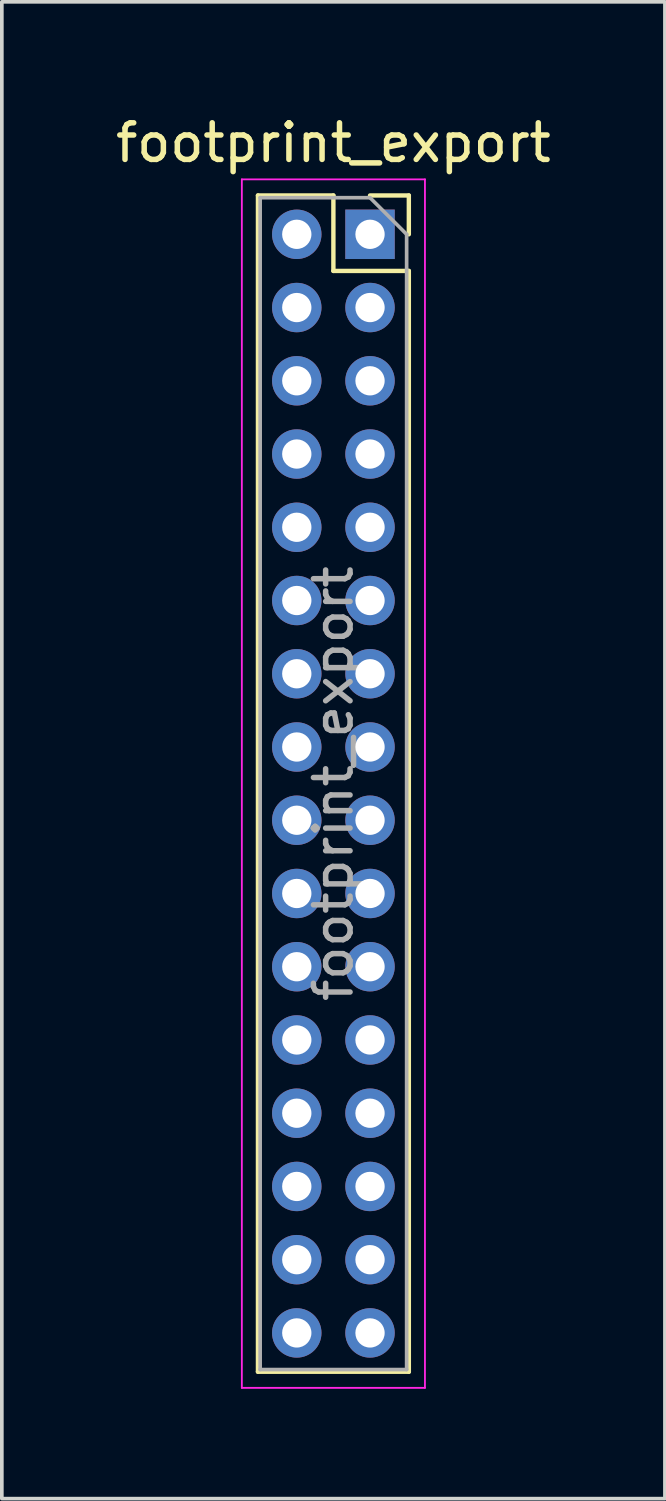
<source format=kicad_pcb>
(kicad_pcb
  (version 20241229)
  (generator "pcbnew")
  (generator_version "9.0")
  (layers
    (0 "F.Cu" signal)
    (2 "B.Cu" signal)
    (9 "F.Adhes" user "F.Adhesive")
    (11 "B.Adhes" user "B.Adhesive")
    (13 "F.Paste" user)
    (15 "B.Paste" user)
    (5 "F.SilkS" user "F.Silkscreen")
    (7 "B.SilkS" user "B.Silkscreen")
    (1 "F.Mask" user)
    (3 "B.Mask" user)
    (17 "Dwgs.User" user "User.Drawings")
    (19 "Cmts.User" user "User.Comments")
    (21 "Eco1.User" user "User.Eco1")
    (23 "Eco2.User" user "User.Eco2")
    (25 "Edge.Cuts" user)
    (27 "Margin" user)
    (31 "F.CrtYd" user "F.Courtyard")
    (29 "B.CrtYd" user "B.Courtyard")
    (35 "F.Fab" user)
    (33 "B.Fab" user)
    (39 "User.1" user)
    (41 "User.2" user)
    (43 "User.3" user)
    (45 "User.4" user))
  (footprint "footprint_export"
    (layer "F.Cu")
    (at 7.054 3.348)
    (property "Reference" "footprint_export" (at -1 -2.5 0) (layer "F.SilkS") (effects (font (size 1 1) (thickness 0.15))))
    (attr through_hole)
    (fp_line (start -3.06 -1.06) (end -3.06 31.06) (stroke (width 0.12) (type solid)) (layer "F.SilkS"))
    (fp_line (start -3.06 -1.06) (end -1 -1.06) (stroke (width 0.12) (type solid)) (layer "F.SilkS"))
    (fp_line (start -3.06 31.06) (end 1.06 31.06) (stroke (width 0.12) (type solid)) (layer "F.SilkS"))
    (fp_line (start -1 -1.06) (end -1 1) (stroke (width 0.12) (type solid)) (layer "F.SilkS"))
    (fp_line (start -1 1) (end 1.06 1) (stroke (width 0.12) (type solid)) (layer "F.SilkS"))
    (fp_line (start 0 -1.06) (end 1.06 -1.06) (stroke (width 0.12) (type solid)) (layer "F.SilkS"))
    (fp_line (start 1.06 -1.06) (end 1.06 0) (stroke (width 0.12) (type solid)) (layer "F.SilkS"))
    (fp_line (start 1.06 1) (end 1.06 31.06) (stroke (width 0.12) (type solid)) (layer "F.SilkS"))
    (fp_line (start -3.5 -1.5) (end 1.5 -1.5) (stroke (width 0.05) (type solid)) (layer "F.CrtYd"))
    (fp_line (start -3.5 31.5) (end -3.5 -1.5) (stroke (width 0.05) (type solid)) (layer "F.CrtYd"))
    (fp_line (start 1.5 -1.5) (end 1.5 31.5) (stroke (width 0.05) (type solid)) (layer "F.CrtYd"))
    (fp_line (start 1.5 31.5) (end -3.5 31.5) (stroke (width 0.05) (type solid)) (layer "F.CrtYd"))
    (fp_line (start -3 -1) (end 0 -1) (stroke (width 0.1) (type solid)) (layer "F.Fab"))
    (fp_line (start -3 31) (end -3 -1) (stroke (width 0.1) (type solid)) (layer "F.Fab"))
    (fp_line (start 0 -1) (end 1 0) (stroke (width 0.1) (type solid)) (layer "F.Fab"))
    (fp_line (start 1 0) (end 1 31) (stroke (width 0.1) (type solid)) (layer "F.Fab"))
    (fp_line (start 1 31) (end -3 31) (stroke (width 0.1) (type solid)) (layer "F.Fab"))
    (fp_text user "${REFERENCE}" (at -1 15 90) (layer "F.Fab") (effects (font (size 1 1) (thickness 0.15))))
    (pad "1" thru_hole rect (at 0 0) (size 1.35 1.35) (drill 0.8) (layers "*.Cu" "*.Mask"))
    (pad "2" thru_hole oval (at -2 0) (size 1.35 1.35) (drill 0.8) (layers "*.Cu" "*.Mask"))
    (pad "3" thru_hole oval (at 0 2) (size 1.35 1.35) (drill 0.8) (layers "*.Cu" "*.Mask"))
    (pad "4" thru_hole oval (at -2 2) (size 1.35 1.35) (drill 0.8) (layers "*.Cu" "*.Mask"))
    (pad "5" thru_hole oval (at 0 4) (size 1.35 1.35) (drill 0.8) (layers "*.Cu" "*.Mask"))
    (pad "6" thru_hole oval (at -2 4) (size 1.35 1.35) (drill 0.8) (layers "*.Cu" "*.Mask"))
    (pad "7" thru_hole oval (at 0 6) (size 1.35 1.35) (drill 0.8) (layers "*.Cu" "*.Mask"))
    (pad "8" thru_hole oval (at -2 6) (size 1.35 1.35) (drill 0.8) (layers "*.Cu" "*.Mask"))
    (pad "9" thru_hole oval (at 0 8) (size 1.35 1.35) (drill 0.8) (layers "*.Cu" "*.Mask"))
    (pad "10" thru_hole oval (at -2 8) (size 1.35 1.35) (drill 0.8) (layers "*.Cu" "*.Mask"))
    (pad "11" thru_hole oval (at 0 10) (size 1.35 1.35) (drill 0.8) (layers "*.Cu" "*.Mask"))
    (pad "12" thru_hole oval (at -2 10) (size 1.35 1.35) (drill 0.8) (layers "*.Cu" "*.Mask"))
    (pad "13" thru_hole oval (at 0 12) (size 1.35 1.35) (drill 0.8) (layers "*.Cu" "*.Mask"))
    (pad "14" thru_hole oval (at -2 12) (size 1.35 1.35) (drill 0.8) (layers "*.Cu" "*.Mask"))
    (pad "15" thru_hole oval (at 0 14) (size 1.35 1.35) (drill 0.8) (layers "*.Cu" "*.Mask"))
    (pad "16" thru_hole oval (at -2 14) (size 1.35 1.35) (drill 0.8) (layers "*.Cu" "*.Mask"))
    (pad "17" thru_hole oval (at 0 16) (size 1.35 1.35) (drill 0.8) (layers "*.Cu" "*.Mask"))
    (pad "18" thru_hole oval (at -2 16) (size 1.35 1.35) (drill 0.8) (layers "*.Cu" "*.Mask"))
    (pad "19" thru_hole oval (at 0 18) (size 1.35 1.35) (drill 0.8) (layers "*.Cu" "*.Mask"))
    (pad "20" thru_hole oval (at -2 18) (size 1.35 1.35) (drill 0.8) (layers "*.Cu" "*.Mask"))
    (pad "21" thru_hole oval (at 0 20) (size 1.35 1.35) (drill 0.8) (layers "*.Cu" "*.Mask"))
    (pad "22" thru_hole oval (at -2 20) (size 1.35 1.35) (drill 0.8) (layers "*.Cu" "*.Mask"))
    (pad "23" thru_hole oval (at 0 22) (size 1.35 1.35) (drill 0.8) (layers "*.Cu" "*.Mask"))
    (pad "24" thru_hole oval (at -2 22) (size 1.35 1.35) (drill 0.8) (layers "*.Cu" "*.Mask"))
    (pad "25" thru_hole oval (at 0 24) (size 1.35 1.35) (drill 0.8) (layers "*.Cu" "*.Mask"))
    (pad "26" thru_hole oval (at -2 24) (size 1.35 1.35) (drill 0.8) (layers "*.Cu" "*.Mask"))
    (pad "27" thru_hole oval (at 0 26) (size 1.35 1.35) (drill 0.8) (layers "*.Cu" "*.Mask"))
    (pad "28" thru_hole oval (at -2 26) (size 1.35 1.35) (drill 0.8) (layers "*.Cu" "*.Mask"))
    (pad "29" thru_hole oval (at 0 28) (size 1.35 1.35) (drill 0.8) (layers "*.Cu" "*.Mask"))
    (pad "30" thru_hole oval (at -2 28) (size 1.35 1.35) (drill 0.8) (layers "*.Cu" "*.Mask"))
    (pad "31" thru_hole oval (at 0 30) (size 1.35 1.35) (drill 0.8) (layers "*.Cu" "*.Mask"))
    (pad "32" thru_hole oval (at -2 30) (size 1.35 1.35) (drill 0.8) (layers "*.Cu" "*.Mask")))
  (gr_rect
    (start -3 -3)
    (end 15.107 37.873)
    (stroke (width 0.1) (type default))
    (fill no)
    (layer "Edge.Cuts")))
</source>
